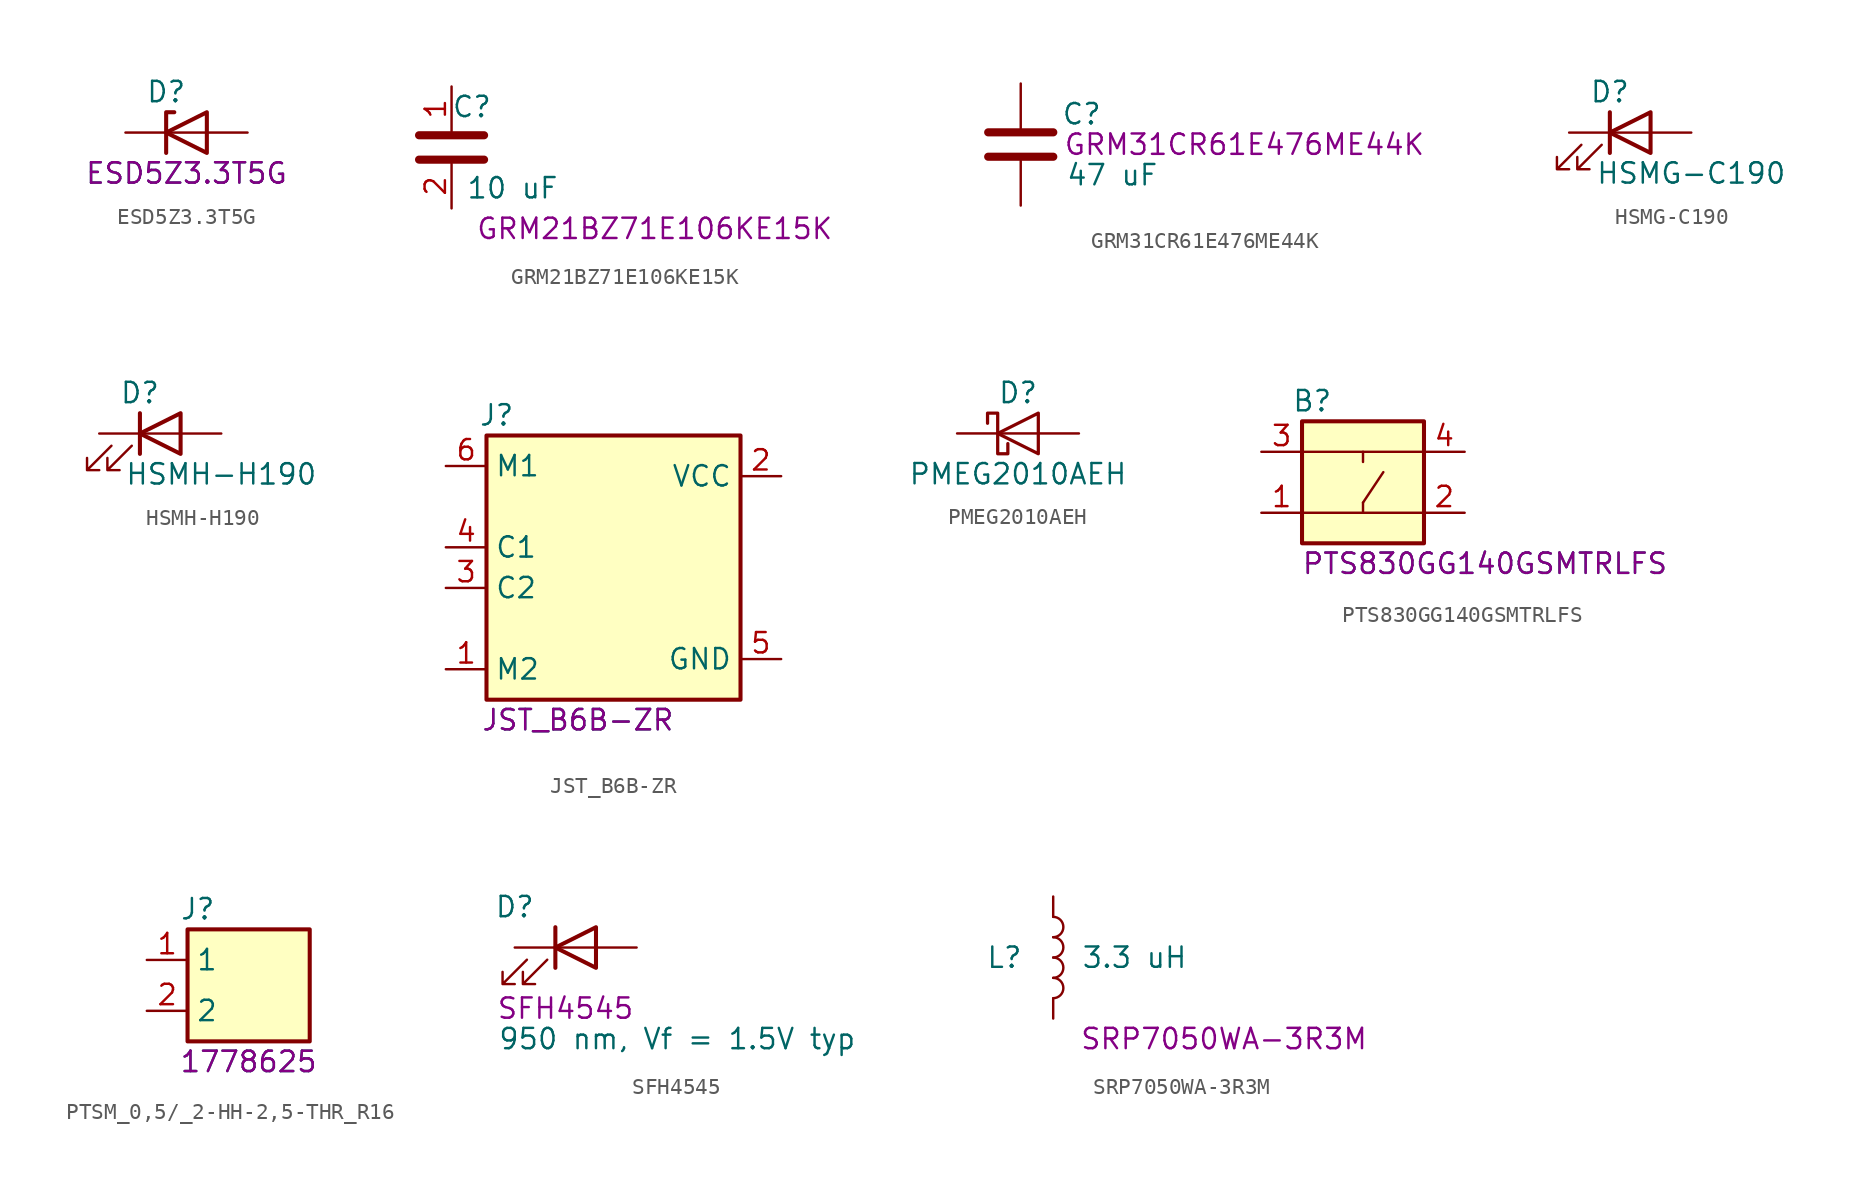
<source format=kicad_sym>
(kicad_symbol_lib
  (version 20220914)
  (generator kicad_symbol_editor)
  (symbol "ESD5Z3.3T5G"
    (pin_numbers hide)
    (pin_names hide)
    (property "Reference" "D"
      (at -1.27 2.54 0)
      (effects (font (size 1.27 1.27))))
    (property "Value" "ESD5Z3.3T5G"
      (at 0 -2.54 0)
      (effects (font (size 1.27 1.27))))
    (property "Part number" "ESD5Z3.3T5G"
      (at 0 -2.54 0)
      (effects (font (size 1.27 1.27))))
    (symbol "ESD5Z3.3T5G_0_1"
      (polyline (pts (xy 1.27 0) (xy -1.27 0)) (stroke (width 0) (type default)) (fill (type none)))
      (polyline (pts (xy -1.27 -1.27) (xy -1.27 1.27) (xy -0.762 1.27)) (stroke (width 0.254) (type default)) (fill (type none)))
      (polyline (pts (xy 1.27 -1.27) (xy 1.27 1.27) (xy -1.27 0) (xy 1.27 -1.27)) (stroke (width 0.254) (type default)) (fill (type none))))
    (symbol "ESD5Z3.3T5G_1_1"
      (pin passive line (at -3.81 0 0) (length 2.54) (name "K" (effects (font (size 1.27 1.27)))) (number "1" (effects (font (size 1.27 1.27)))))
      (pin passive line (at 3.81 0 180) (length 2.54) (name "A" (effects (font (size 1.27 1.27)))) (number "2" (effects (font (size 1.27 1.27)))))))
  (symbol "GRM21BZ71E106KE15K"
    (property "Reference" "C"
      (at 1.27 2.54 0)
      (effects (font (size 1.27 1.27))))
    (property "Value" "10 uF"
      (at 3.81 -2.54 0)
      (effects (font (size 1.27 1.27))))
    (property "Part Number" "GRM21BZ71E106KE15K"
      (at 12.7 -5.08 0)
      (effects (font (size 1.27 1.27))))
    (symbol "GRM21BZ71E106KE15K_0_1"
      (polyline (pts (xy -2.032 -0.762) (xy 2.032 -0.762)) (stroke (width 0.508) (type default)) (fill (type none)))
      (polyline (pts (xy -2.032 0.762) (xy 2.032 0.762)) (stroke (width 0.508) (type default)) (fill (type none))))
    (symbol "GRM21BZ71E106KE15K_1_1"
      (pin passive line (at 0 3.81 270) (length 2.794) (name "~" (effects (font (size 1.27 1.27)))) (number "1" (effects (font (size 1.27 1.27)))))
      (pin passive line (at 0 -3.81 90) (length 2.794) (name "~" (effects (font (size 1.27 1.27)))) (number "2" (effects (font (size 1.27 1.27)))))))
  (symbol "GRM31CR61E476ME44K"
    (pin_numbers hide)
    (pin_names hide)
    (property "Reference" "C"
      (at 3.81 1.905 0)
      (effects (font (size 1.27 1.27))))
    (property "Value" "47 uF"
      (at 5.715 -1.905 0)
      (effects (font (size 1.27 1.27))))
    (property "Part number" "GRM31CR61E476ME44K"
      (at 13.97 0 0)
      (effects (font (size 1.27 1.27))))
    (symbol "GRM31CR61E476ME44K_0_1"
      (polyline (pts (xy -2.032 -0.762) (xy 2.032 -0.762)) (stroke (width 0.508) (type default)) (fill (type none)))
      (polyline (pts (xy -2.032 0.762) (xy 2.032 0.762)) (stroke (width 0.508) (type default)) (fill (type none))))
    (symbol "GRM31CR61E476ME44K_1_1"
      (pin passive line (at 0 3.81 270) (length 2.794) (name "~" (effects (font (size 1.27 1.27)))) (number "1" (effects (font (size 1.27 1.27)))))
      (pin passive line (at 0 -3.81 90) (length 2.794) (name "~" (effects (font (size 1.27 1.27)))) (number "2" (effects (font (size 1.27 1.27)))))))
  (symbol "HSMG-C190"
    (pin_numbers hide)
    (pin_names hide)
    (property "Reference" "D"
      (at -1.27 2.54 0)
      (effects (font (size 1.27 1.27))))
    (property "Value" "HSMG-C190"
      (at 3.81 -2.54 0)
      (effects (font (size 1.27 1.27))))
    (symbol "HSMG-C190_0_1"
      (polyline (pts (xy -1.27 -1.27) (xy -1.27 1.27)) (stroke (width 0.254) (type default)) (fill (type none)))
      (polyline (pts (xy -1.27 0) (xy 1.27 0)) (stroke (width 0) (type default)) (fill (type none)))
      (polyline (pts (xy 1.27 -1.27) (xy 1.27 1.27) (xy -1.27 0) (xy 1.27 -1.27)) (stroke (width 0.254) (type default)) (fill (type none)))
      (polyline (pts (xy -3.048 -0.762) (xy -4.572 -2.286) (xy -3.81 -2.286) (xy -4.572 -2.286) (xy -4.572 -1.524)) (stroke (width 0) (type default)) (fill (type none)))
      (polyline (pts (xy -1.778 -0.762) (xy -3.302 -2.286) (xy -2.54 -2.286) (xy -3.302 -2.286) (xy -3.302 -1.524)) (stroke (width 0) (type default)) (fill (type none))))
    (symbol "HSMG-C190_1_1"
      (pin passive line (at -3.81 0 0) (length 2.54) (name "~" (effects (font (size 1.27 1.27)))) (number "1" (effects (font (size 1.27 1.27)))))
      (pin passive line (at 3.81 0 180) (length 2.54) (name "" (effects (font (size 1.27 1.27)))) (number "2" (effects (font (size 1.27 1.27)))))))
  (symbol "HSMH-H190"
    (pin_numbers hide)
    (pin_names hide)
    (property "Reference" "D"
      (at -1.27 2.54 0)
      (effects (font (size 1.27 1.27))))
    (property "Value" "HSMH-H190"
      (at 3.81 -2.54 0)
      (effects (font (size 1.27 1.27))))
    (symbol "HSMH-H190_0_1"
      (polyline (pts (xy -1.27 -1.27) (xy -1.27 1.27)) (stroke (width 0.254) (type default)) (fill (type none)))
      (polyline (pts (xy -1.27 0) (xy 1.27 0)) (stroke (width 0) (type default)) (fill (type none)))
      (polyline (pts (xy 1.27 -1.27) (xy 1.27 1.27) (xy -1.27 0) (xy 1.27 -1.27)) (stroke (width 0.254) (type default)) (fill (type none)))
      (polyline (pts (xy -3.048 -0.762) (xy -4.572 -2.286) (xy -3.81 -2.286) (xy -4.572 -2.286) (xy -4.572 -1.524)) (stroke (width 0) (type default)) (fill (type none)))
      (polyline (pts (xy -1.778 -0.762) (xy -3.302 -2.286) (xy -2.54 -2.286) (xy -3.302 -2.286) (xy -3.302 -1.524)) (stroke (width 0) (type default)) (fill (type none))))
    (symbol "HSMH-H190_1_1"
      (pin passive line (at -3.81 0 0) (length 2.54) (name "~" (effects (font (size 1.27 1.27)))) (number "1" (effects (font (size 1.27 1.27)))))
      (pin passive line (at 3.81 0 180) (length 2.54) (name "" (effects (font (size 1.27 1.27)))) (number "2" (effects (font (size 1.27 1.27)))))))
  (symbol "JST_B6B-ZR"
    (property "Reference" "J"
      (at 0.635 1.27 0)
      (effects (font (size 1.27 1.27))))
    (property "Value" "JST_B6B-ZR"
      (at 5.715 -17.78 0)
      (effects (font (size 1.27 1.27))))
    (property "Part number" "JST_B6B-ZR"
      (at 5.715 -17.78 0)
      (effects (font (size 1.27 1.27))))
    (symbol "JST_B6B-ZR_1_1"
      (rectangle (start 0 0) (end 15.875 -16.51) (stroke (width 0.254) (type default)) (fill (type background)))
      (pin input line (at -2.54 -14.605 0) (length 2.54) (name "M2" (effects (font (size 1.27 1.27)))) (number "1" (effects (font (size 1.27 1.27)))))
      (pin power_in line (at 18.415 -2.54 180) (length 2.54) (name "VCC" (effects (font (size 1.27 1.27)))) (number "2" (effects (font (size 1.27 1.27)))))
      (pin output line (at -2.54 -9.525 0) (length 2.54) (name "C2" (effects (font (size 1.27 1.27)))) (number "3" (effects (font (size 1.27 1.27)))))
      (pin output line (at -2.54 -6.985 0) (length 2.54) (name "C1" (effects (font (size 1.27 1.27)))) (number "4" (effects (font (size 1.27 1.27)))))
      (pin power_out line (at 18.415 -13.97 180) (length 2.54) (name "GND" (effects (font (size 1.27 1.27)))) (number "5" (effects (font (size 1.27 1.27)))))
      (pin input line (at -2.54 -1.905 0) (length 2.54) (name "M1" (effects (font (size 1.27 1.27)))) (number "6" (effects (font (size 1.27 1.27)))))))
  (symbol "PMEG2010AEH"
    (pin_numbers hide)
    (pin_names hide)
    (property "Reference" "D"
      (at 0 2.54 0)
      (effects (font (size 1.27 1.27))))
    (property "Value" "PMEG2010AEH"
      (at 0 -2.54 0)
      (effects (font (size 1.27 1.27))))
    (symbol "PMEG2010AEH_0_1"
      (polyline (pts (xy 1.27 0) (xy -1.27 0)) (stroke (width 0) (type default)) (fill (type none)))
      (polyline (pts (xy 1.27 1.27) (xy 1.27 -1.27) (xy -1.27 0) (xy 1.27 1.27)) (stroke (width 0.203) (type default)) (fill (type none)))
      (polyline (pts (xy -1.905 0.635) (xy -1.905 1.27) (xy -1.27 1.27) (xy -1.27 -1.27) (xy -0.635 -1.27) (xy -0.635 -0.635)) (stroke (width 0.203) (type default)) (fill (type none))))
    (symbol "PMEG2010AEH_1_1"
      (pin passive line (at -3.81 0 0) (length 2.54) (name "K" (effects (font (size 1.27 1.27)))) (number "1" (effects (font (size 1.27 1.27)))))
      (pin passive line (at 3.81 0 180) (length 2.54) (name "A" (effects (font (size 1.27 1.27)))) (number "2" (effects (font (size 1.27 1.27)))))))
  (symbol "PTS830GG140GSMTRLFS"
    (pin_names hide)
    (property "Reference" "B"
      (at 0.635 1.27 0)
      (effects (font (size 1.27 1.27))))
    (property "Value" "PTS830GG140GSMTRLFS"
      (at 11.43 -8.89 0)
      (effects (font (size 1.27 1.27))))
    (property "Part number" "PTS830GG140GSMTRLFS"
      (at 11.43 -8.89 0)
      (effects (font (size 1.27 1.27))))
    (symbol "PTS830GG140GSMTRLFS_0_1"
      (rectangle (start 0 0) (end 7.62 -7.62) (stroke (width 0.254) (type default)) (fill (type background))))
    (symbol "PTS830GG140GSMTRLFS_1_1"
      (polyline (pts (xy 0 -5.715) (xy 7.62 -5.715)) (stroke (width 0) (type default)) (fill (type none)))
      (polyline (pts (xy 0 -1.905) (xy 7.62 -1.905)) (stroke (width 0) (type default)) (fill (type none)))
      (polyline (pts (xy 3.81 -5.715) (xy 3.81 -5.08)) (stroke (width 0) (type default)) (fill (type none)))
      (polyline (pts (xy 3.81 -5.08) (xy 5.08 -3.175)) (stroke (width 0) (type default)) (fill (type none)))
      (polyline (pts (xy 3.81 -1.905) (xy 3.81 -2.54)) (stroke (width 0) (type default)) (fill (type none)))
      (pin input line (at -2.54 -5.715 0) (length 2.54) (name "B" (effects (font (size 1.27 1.27)))) (number "1" (effects (font (size 1.27 1.27)))))
      (pin input line (at 10.16 -5.715 180) (length 2.54) (name "D" (effects (font (size 1.27 1.27)))) (number "2" (effects (font (size 1.27 1.27)))))
      (pin input line (at -2.54 -1.905 0) (length 2.54) (name "A" (effects (font (size 1.27 1.27)))) (number "3" (effects (font (size 1.27 1.27)))))
      (pin input line (at 10.16 -1.905 180) (length 2.54) (name "C" (effects (font (size 1.27 1.27)))) (number "4" (effects (font (size 1.27 1.27)))))))
  (symbol "PTSM_0,5/_2-HH-2,5-THR_R16"
    (property "Reference" "J"
      (at 0.635 1.27 0)
      (effects (font (size 1.27 1.27))))
    (property "Value" "1778625"
      (at 3.81 -8.255 0)
      (effects (font (size 1.27 1.27))))
    (property "Part number" "1778625"
      (at 3.81 -8.255 0)
      (effects (font (size 1.27 1.27))))
    (symbol "PTSM_0,5/_2-HH-2,5-THR_R16_1_1"
      (rectangle (start 0 0) (end 7.62 -6.985) (stroke (width 0.254) (type default)) (fill (type background)))
      (pin input line (at -2.54 -1.905 0) (length 2.54) (name "1" (effects (font (size 1.27 1.27)))) (number "1" (effects (font (size 1.27 1.27)))))
      (pin input line (at -2.54 -5.08 0) (length 2.54) (name "2" (effects (font (size 1.27 1.27)))) (number "2" (effects (font (size 1.27 1.27)))))))
  (symbol "SFH4545"
    (pin_numbers hide)
    (pin_names hide)
    (property "Reference" "D"
      (at -3.81 2.54 0)
      (effects (font (size 1.27 1.27))))
    (property "Value" "950 nm, Vf = 1.5V typ"
      (at 6.35 -5.715 0)
      (effects (font (size 1.27 1.27))))
    (property "Part number" "SFH4545"
      (at -0.635 -3.81 0)
      (effects (font (size 1.27 1.27))))
    (symbol "SFH4545_0_1"
      (polyline (pts (xy -1.27 -1.27) (xy -1.27 1.27)) (stroke (width 0.254) (type default)) (fill (type none)))
      (polyline (pts (xy -1.27 0) (xy 1.27 0)) (stroke (width 0) (type default)) (fill (type none)))
      (polyline (pts (xy 1.27 -1.27) (xy 1.27 1.27) (xy -1.27 0) (xy 1.27 -1.27)) (stroke (width 0.254) (type default)) (fill (type none)))
      (polyline (pts (xy -3.048 -0.762) (xy -4.572 -2.286) (xy -3.81 -2.286) (xy -4.572 -2.286) (xy -4.572 -1.524)) (stroke (width 0) (type default)) (fill (type none)))
      (polyline (pts (xy -1.778 -0.762) (xy -3.302 -2.286) (xy -2.54 -2.286) (xy -3.302 -2.286) (xy -3.302 -1.524)) (stroke (width 0) (type default)) (fill (type none))))
    (symbol "SFH4545_1_1"
      (pin passive line (at -3.81 0 0) (length 2.54) (name "~" (effects (font (size 1.27 1.27)))) (number "1" (effects (font (size 1.27 1.27)))))
      (pin passive line (at 3.81 0 180) (length 2.54) (name "" (effects (font (size 1.27 1.27)))) (number "2" (effects (font (size 1.27 1.27)))))))
  (symbol "SRP7050WA-3R3M"
    (pin_numbers hide)
    (pin_names hide)
    (property "Reference" "L"
      (at -3.048 0 0)
      (effects (font (size 1.27 1.27))))
    (property "Value" "3.3 uH"
      (at 5.08 0 0)
      (effects (font (size 1.27 1.27))))
    (property "Part number" "SRP7050WA-3R3M"
      (at 10.668 -5.08 0)
      (effects (font (size 1.27 1.27))))
    (symbol "SRP7050WA-3R3M_0_1"
      (arc (start 0 -2.54) (mid 0.6323 -1.905) (end 0 -1.27) (stroke (width 0) (type default)) (fill (type none)))
      (arc (start 0 -1.27) (mid 0.6323 -0.635) (end 0 0) (stroke (width 0) (type default)) (fill (type none)))
      (arc (start 0 0) (mid 0.6323 0.635) (end 0 1.27) (stroke (width 0) (type default)) (fill (type none)))
      (arc (start 0 1.27) (mid 0.6323 1.905) (end 0 2.54) (stroke (width 0) (type default)) (fill (type none))))
    (symbol "SRP7050WA-3R3M_1_1"
      (pin passive line (at 0 3.81 270) (length 1.27) (name "1" (effects (font (size 1.27 1.27)))) (number "1" (effects (font (size 1.27 1.27)))))
      (pin passive line (at 0 -3.81 90) (length 1.27) (name "2" (effects (font (size 1.27 1.27)))) (number "2" (effects (font (size 1.27 1.27))))))))
</source>
